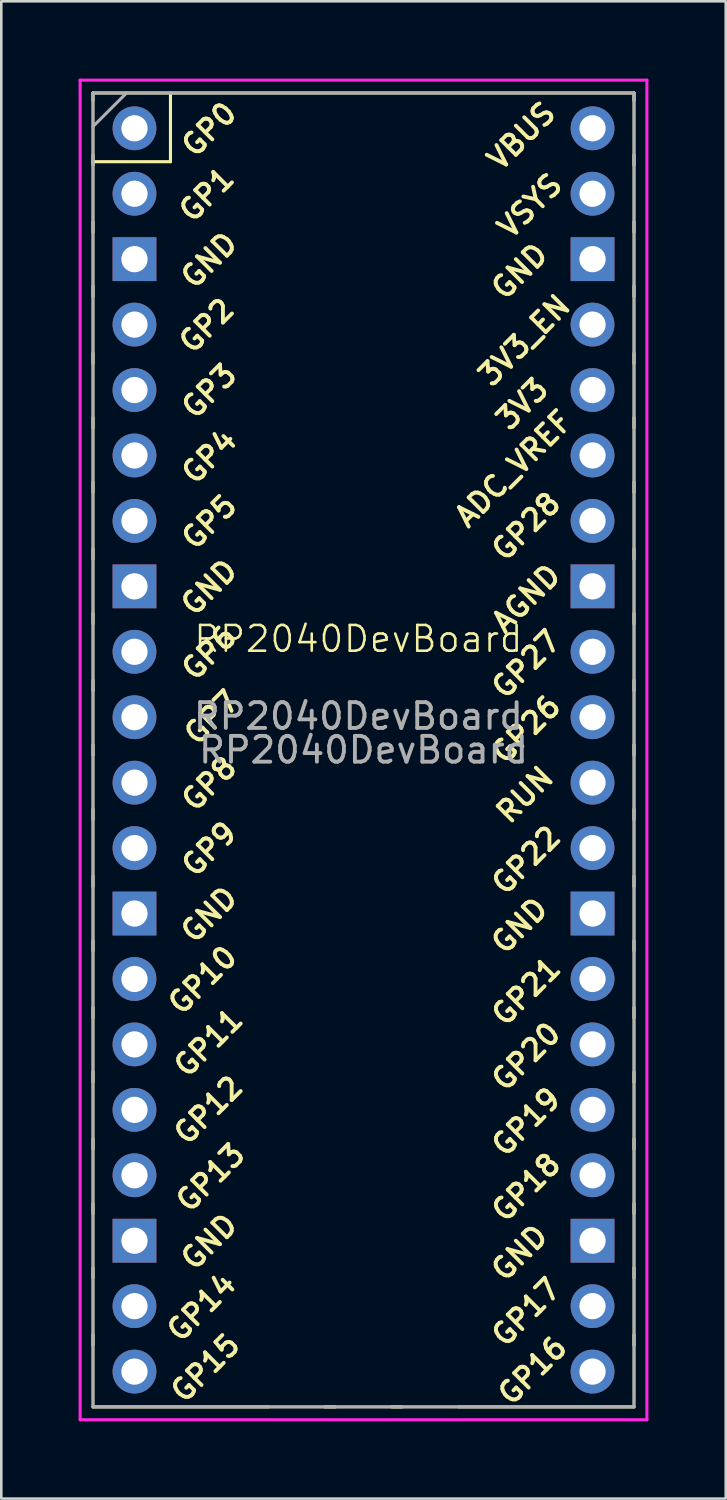
<source format=kicad_pcb>
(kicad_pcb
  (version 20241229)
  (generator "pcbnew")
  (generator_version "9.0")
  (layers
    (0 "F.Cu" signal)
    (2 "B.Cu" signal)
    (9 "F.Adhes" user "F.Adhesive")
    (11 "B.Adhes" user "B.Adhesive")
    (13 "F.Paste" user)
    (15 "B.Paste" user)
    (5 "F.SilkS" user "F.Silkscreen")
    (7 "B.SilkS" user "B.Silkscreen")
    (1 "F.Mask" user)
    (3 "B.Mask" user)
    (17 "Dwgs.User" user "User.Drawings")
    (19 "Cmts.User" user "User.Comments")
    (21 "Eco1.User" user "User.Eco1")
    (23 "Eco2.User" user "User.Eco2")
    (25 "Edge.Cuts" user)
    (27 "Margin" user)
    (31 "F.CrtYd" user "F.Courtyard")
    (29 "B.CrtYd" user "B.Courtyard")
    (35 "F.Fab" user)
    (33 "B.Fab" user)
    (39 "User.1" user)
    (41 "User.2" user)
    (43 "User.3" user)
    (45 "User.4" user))
  (footprint "RP2040DevBoard"
    (layer "F.Cu")
    (at 10.86 22.25)
    (property "Reference" "RP2040DevBoard" (at 0 -0.5 0) (unlocked yes) (layer "F.SilkS") (effects (font (size 1 1) (thickness 0.1))))
    (attr through_hole)
    (fp_line (start -10.3 -21.69) (end -10.3 -21.39) (stroke (width 0.12) (type solid)) (layer "F.SilkS"))
    (fp_line (start -10.3 -21.69) (end 10.7 -21.69) (stroke (width 0.12) (type solid)) (layer "F.SilkS"))
    (fp_line (start -10.3 -19.29) (end -10.3 -18.89) (stroke (width 0.12) (type solid)) (layer "F.SilkS"))
    (fp_line (start -10.3 -19.023) (end -7.293 -19.023) (stroke (width 0.12) (type solid)) (layer "F.SilkS"))
    (fp_line (start -10.3 -16.69) (end -10.3 -16.29) (stroke (width 0.12) (type solid)) (layer "F.SilkS"))
    (fp_line (start -10.3 -14.19) (end -10.3 -13.79) (stroke (width 0.12) (type solid)) (layer "F.SilkS"))
    (fp_line (start -10.3 -11.59) (end -10.3 -11.19) (stroke (width 0.12) (type solid)) (layer "F.SilkS"))
    (fp_line (start -10.3 -9.09) (end -10.3 -8.69) (stroke (width 0.12) (type solid)) (layer "F.SilkS"))
    (fp_line (start -10.3 -6.59) (end -10.3 -6.19) (stroke (width 0.12) (type solid)) (layer "F.SilkS"))
    (fp_line (start -10.3 -3.99) (end -10.3 -3.59) (stroke (width 0.12) (type solid)) (layer "F.SilkS"))
    (fp_line (start -10.3 -1.49) (end -10.3 -1.09) (stroke (width 0.12) (type solid)) (layer "F.SilkS"))
    (fp_line (start -10.3 1.11) (end -10.3 1.51) (stroke (width 0.12) (type solid)) (layer "F.SilkS"))
    (fp_line (start -10.3 3.61) (end -10.3 4.01) (stroke (width 0.12) (type solid)) (layer "F.SilkS"))
    (fp_line (start -10.3 6.11) (end -10.3 6.51) (stroke (width 0.12) (type solid)) (layer "F.SilkS"))
    (fp_line (start -10.3 8.71) (end -10.3 9.11) (stroke (width 0.12) (type solid)) (layer "F.SilkS"))
    (fp_line (start -10.3 11.21) (end -10.3 11.61) (stroke (width 0.12) (type solid)) (layer "F.SilkS"))
    (fp_line (start -10.3 13.81) (end -10.3 14.21) (stroke (width 0.12) (type solid)) (layer "F.SilkS"))
    (fp_line (start -10.3 16.31) (end -10.3 16.71) (stroke (width 0.12) (type solid)) (layer "F.SilkS"))
    (fp_line (start -10.3 18.91) (end -10.3 19.31) (stroke (width 0.12) (type solid)) (layer "F.SilkS"))
    (fp_line (start -10.3 21.41) (end -10.3 21.81) (stroke (width 0.12) (type solid)) (layer "F.SilkS"))
    (fp_line (start -10.3 23.91) (end -10.3 24.31) (stroke (width 0.12) (type solid)) (layer "F.SilkS"))
    (fp_line (start -10.3 26.51) (end -10.3 26.91) (stroke (width 0.12) (type solid)) (layer "F.SilkS"))
    (fp_line (start -10.3 29.31) (end -10.3 -21.69) (stroke (width 0.1) (type default)) (layer "F.SilkS"))
    (fp_line (start -7.293 -19.023) (end -7.293 -21.69) (stroke (width 0.12) (type solid)) (layer "F.SilkS"))
    (fp_line (start -3.5 29.31) (end -10.3 29.31) (stroke (width 0.12) (type solid)) (layer "F.SilkS"))
    (fp_line (start -3.5 29.31) (end 3.9 29.31) (stroke (width 0.1) (type default)) (layer "F.SilkS"))
    (fp_line (start -1.3 29.31) (end -0.9 29.31) (stroke (width 0.12) (type solid)) (layer "F.SilkS"))
    (fp_line (start 1.3 29.31) (end 1.7 29.31) (stroke (width 0.12) (type solid)) (layer "F.SilkS"))
    (fp_line (start 10.7 -21.69) (end 10.7 -21.39) (stroke (width 0.12) (type solid)) (layer "F.SilkS"))
    (fp_line (start 10.7 -19.29) (end 10.7 -18.89) (stroke (width 0.12) (type solid)) (layer "F.SilkS"))
    (fp_line (start 10.7 -16.69) (end 10.7 -16.29) (stroke (width 0.12) (type solid)) (layer "F.SilkS"))
    (fp_line (start 10.7 -14.19) (end 10.7 -13.79) (stroke (width 0.12) (type solid)) (layer "F.SilkS"))
    (fp_line (start 10.7 -11.59) (end 10.7 -11.19) (stroke (width 0.12) (type solid)) (layer "F.SilkS"))
    (fp_line (start 10.7 -9.09) (end 10.7 -8.69) (stroke (width 0.12) (type solid)) (layer "F.SilkS"))
    (fp_line (start 10.7 -6.59) (end 10.7 -6.19) (stroke (width 0.12) (type solid)) (layer "F.SilkS"))
    (fp_line (start 10.7 -3.99) (end 10.7 -3.59) (stroke (width 0.12) (type solid)) (layer "F.SilkS"))
    (fp_line (start 10.7 -1.49) (end 10.7 -1.09) (stroke (width 0.12) (type solid)) (layer "F.SilkS"))
    (fp_line (start 10.7 1.11) (end 10.7 1.51) (stroke (width 0.12) (type solid)) (layer "F.SilkS"))
    (fp_line (start 10.7 3.61) (end 10.7 4.01) (stroke (width 0.12) (type solid)) (layer "F.SilkS"))
    (fp_line (start 10.7 6.11) (end 10.7 6.51) (stroke (width 0.12) (type solid)) (layer "F.SilkS"))
    (fp_line (start 10.7 8.71) (end 10.7 9.11) (stroke (width 0.12) (type solid)) (layer "F.SilkS"))
    (fp_line (start 10.7 11.21) (end 10.7 11.61) (stroke (width 0.12) (type solid)) (layer "F.SilkS"))
    (fp_line (start 10.7 13.81) (end 10.7 14.21) (stroke (width 0.12) (type solid)) (layer "F.SilkS"))
    (fp_line (start 10.7 16.31) (end 10.7 16.71) (stroke (width 0.12) (type solid)) (layer "F.SilkS"))
    (fp_line (start 10.7 18.91) (end 10.7 19.31) (stroke (width 0.12) (type solid)) (layer "F.SilkS"))
    (fp_line (start 10.7 21.41) (end 10.7 21.81) (stroke (width 0.12) (type solid)) (layer "F.SilkS"))
    (fp_line (start 10.7 23.91) (end 10.7 24.31) (stroke (width 0.12) (type solid)) (layer "F.SilkS"))
    (fp_line (start 10.7 26.51) (end 10.7 26.91) (stroke (width 0.12) (type solid)) (layer "F.SilkS"))
    (fp_line (start 10.7 29.31) (end 3.9 29.31) (stroke (width 0.12) (type solid)) (layer "F.SilkS"))
    (fp_line (start 10.7 29.31) (end 10.7 -21.69) (stroke (width 0.1) (type default)) (layer "F.SilkS"))
    (fp_line (start -10.8 -22.19) (end 11.2 -22.19) (stroke (width 0.12) (type solid)) (layer "F.CrtYd"))
    (fp_line (start -10.8 29.81) (end -10.8 -22.19) (stroke (width 0.12) (type solid)) (layer "F.CrtYd"))
    (fp_line (start 11.2 -22.19) (end 11.2 29.81) (stroke (width 0.12) (type solid)) (layer "F.CrtYd"))
    (fp_line (start 11.2 29.81) (end -10.8 29.81) (stroke (width 0.12) (type solid)) (layer "F.CrtYd"))
    (fp_line (start -10.3 -21.69) (end 10.7 -21.69) (stroke (width 0.12) (type solid)) (layer "F.Fab"))
    (fp_line (start -10.3 -20.39) (end -9 -21.69) (stroke (width 0.12) (type solid)) (layer "F.Fab"))
    (fp_line (start -10.3 29.31) (end -10.3 -21.69) (stroke (width 0.12) (type solid)) (layer "F.Fab"))
    (fp_line (start 10.7 -21.69) (end 10.7 29.31) (stroke (width 0.12) (type solid)) (layer "F.Fab"))
    (fp_line (start 10.7 29.31) (end -10.3 29.31) (stroke (width 0.12) (type solid)) (layer "F.Fab"))
    (fp_text user "GND" (at -5.79 10.2 225) (layer "F.SilkS") (effects (font (size 0.8 0.8) (thickness 0.15))))
    (fp_text user "GP22" (at 6.514 8.09 225) (layer "F.SilkS") (effects (font (size 0.8 0.8) (thickness 0.15))))
    (fp_text user "GP5" (at -5.79 -5.04 225) (layer "F.SilkS") (effects (font (size 0.8 0.8) (thickness 0.15))))
    (fp_text user "GP15" (at -5.94 27.8 225) (layer "F.SilkS") (effects (font (size 0.8 0.8) (thickness 0.15))))
    (fp_text user "GP19" (at 6.514 18.25 225) (layer "F.SilkS") (effects (font (size 0.8 0.8) (thickness 0.15))))
    (fp_text user "3V3" (at 6.36 -9.62 225) (layer "F.SilkS") (effects (font (size 0.8 0.8) (thickness 0.15))))
    (fp_text user "GP1" (at -5.89 -17.75 225) (layer "F.SilkS") (effects (font (size 0.8 0.8) (thickness 0.15))))
    (fp_text user "GND" (at 6.26 23.33 225) (layer "F.SilkS") (effects (font (size 0.8 0.8) (thickness 0.15))))
    (fp_text user "GP18" (at 6.514 20.79 225) (layer "F.SilkS") (effects (font (size 0.8 0.8) (thickness 0.15))))
    (fp_text user "GP2" (at -5.89 -12.66 225) (layer "F.SilkS") (effects (font (size 0.8 0.8) (thickness 0.15))))
    (fp_text user "GP12" (at -5.82 17.79 225) (layer "F.SilkS") (effects (font (size 0.8 0.8) (thickness 0.15))))
    (fp_text user "GP17" (at 6.514 25.63 225) (layer "F.SilkS") (effects (font (size 0.8 0.8) (thickness 0.15))))
    (fp_text user "GP9" (at -5.79 7.66 225) (layer "F.SilkS") (effects (font (size 0.8 0.8) (thickness 0.15))))
    (fp_text user "GP8" (at -5.79 5.12 225) (layer "F.SilkS") (effects (font (size 0.8 0.8) (thickness 0.15))))
    (fp_text user "3V3_EN" (at 6.44 -12.09 225) (layer "F.SilkS") (effects (font (size 0.8 0.8) (thickness 0.15))))
    (fp_text user "GP27" (at 6.514 0.48 225) (layer "F.SilkS") (effects (font (size 0.8 0.8) (thickness 0.15))))
    (fp_text user "GP7" (at -5.69 2.55 225) (layer "F.SilkS") (effects (font (size 0.8 0.8) (thickness 0.15))))
    (fp_text user "GND" (at 6.26 10.63 225) (layer "F.SilkS") (effects (font (size 0.8 0.8) (thickness 0.15))))
    (fp_text user "GP10" (at -6.044 12.74 225) (layer "F.SilkS") (effects (font (size 0.8 0.8) (thickness 0.15))))
    (fp_text user "ADC_VREF" (at 6.02 -7.11 225) (layer "F.SilkS") (effects (font (size 0.8 0.8) (thickness 0.15))))
    (fp_text user "GP3" (at -5.79 -10.12 225) (layer "F.SilkS") (effects (font (size 0.8 0.8) (thickness 0.15))))
    (fp_text user "GP14" (at -6.09 25.44 225) (layer "F.SilkS") (effects (font (size 0.8 0.8) (thickness 0.15))))
    (fp_text user "VBUS" (at 6.33 -20.02 225) (layer "F.SilkS") (effects (font (size 0.8 0.8) (thickness 0.15))))
    (fp_text user "GP13" (at -5.74 20.41 225) (layer "F.SilkS") (effects (font (size 0.8 0.8) (thickness 0.15))))
    (fp_text user "GP20" (at 6.514 15.71 225) (layer "F.SilkS") (effects (font (size 0.8 0.8) (thickness 0.15))))
    (fp_text user "GP0" (at -5.79 -20.28 225) (layer "F.SilkS") (effects (font (size 0.8 0.8) (thickness 0.15))))
    (fp_text user "GP21" (at 6.514 13.18 225) (layer "F.SilkS") (effects (font (size 0.8 0.8) (thickness 0.15))))
    (fp_text user "GP6" (at -5.79 0.04 225) (layer "F.SilkS") (effects (font (size 0.8 0.8) (thickness 0.15))))
    (fp_text user "GP11" (at -5.82 15.17 225) (layer "F.SilkS") (effects (font (size 0.8 0.8) (thickness 0.15))))
    (fp_text user "GND" (at -5.79 -15.2 225) (layer "F.SilkS") (effects (font (size 0.8 0.8) (thickness 0.15))))
    (fp_text user "GND" (at -5.79 -2.5 225) (layer "F.SilkS") (effects (font (size 0.8 0.8) (thickness 0.15))))
    (fp_text user "GND" (at 6.26 -14.77 225) (layer "F.SilkS") (effects (font (size 0.8 0.8) (thickness 0.15))))
    (fp_text user "GND" (at -5.79 22.9 225) (layer "F.SilkS") (effects (font (size 0.8 0.8) (thickness 0.15))))
    (fp_text user "GP26" (at 6.514 3.01 225) (layer "F.SilkS") (effects (font (size 0.8 0.8) (thickness 0.15))))
    (fp_text user "VSYS" (at 6.66 -17.31 225) (layer "F.SilkS") (effects (font (size 0.8 0.8) (thickness 0.15))))
    (fp_text user "GP16" (at 6.76 27.9 225) (layer "F.SilkS") (effects (font (size 0.8 0.8) (thickness 0.15))))
    (fp_text user "GP4" (at -5.79 -7.58 225) (layer "F.SilkS") (effects (font (size 0.8 0.8) (thickness 0.15))))
    (fp_text user "AGND" (at 6.514 -2.07 225) (layer "F.SilkS") (effects (font (size 0.8 0.8) (thickness 0.15))))
    (fp_text user "RUN" (at 6.46 5.55 225) (layer "F.SilkS") (effects (font (size 0.8 0.8) (thickness 0.15))))
    (fp_text user "GP28" (at 6.514 -4.864 225) (layer "F.SilkS") (effects (font (size 0.8 0.8) (thickness 0.15))))
    (fp_text user "${REFERENCE}" (at 0.2 3.81 180) (layer "F.Fab") (effects (font (size 1 1) (thickness 0.15))))
    (fp_text user "${REFERENCE}" (at 0 2.5 0) (unlocked yes) (layer "F.Fab") (effects (font (size 1 1) (thickness 0.15))))
    (pad "1" thru_hole oval (at -8.69 -20.32) (size 1.7 1.7) (drill 1.02) (layers "*.Cu" "*.Mask"))
    (pad "2" thru_hole oval (at -8.69 -17.78) (size 1.7 1.7) (drill 1.02) (layers "*.Cu" "*.Mask"))
    (pad "3" thru_hole rect (at -8.69 -15.24) (size 1.7 1.7) (drill 1.02) (layers "*.Cu" "*.Mask"))
    (pad "4" thru_hole oval (at -8.69 -12.7) (size 1.7 1.7) (drill 1.02) (layers "*.Cu" "*.Mask"))
    (pad "5" thru_hole oval (at -8.69 -10.16) (size 1.7 1.7) (drill 1.02) (layers "*.Cu" "*.Mask"))
    (pad "6" thru_hole oval (at -8.69 -7.62) (size 1.7 1.7) (drill 1.02) (layers "*.Cu" "*.Mask"))
    (pad "7" thru_hole oval (at -8.69 -5.08) (size 1.7 1.7) (drill 1.02) (layers "*.Cu" "*.Mask"))
    (pad "8" thru_hole rect (at -8.69 -2.54) (size 1.7 1.7) (drill 1.02) (layers "*.Cu" "*.Mask"))
    (pad "9" thru_hole oval (at -8.69 0) (size 1.7 1.7) (drill 1.02) (layers "*.Cu" "*.Mask"))
    (pad "10" thru_hole oval (at -8.69 2.54) (size 1.7 1.7) (drill 1.02) (layers "*.Cu" "*.Mask"))
    (pad "11" thru_hole oval (at -8.69 5.08) (size 1.7 1.7) (drill 1.02) (layers "*.Cu" "*.Mask"))
    (pad "12" thru_hole oval (at -8.69 7.62) (size 1.7 1.7) (drill 1.02) (layers "*.Cu" "*.Mask"))
    (pad "13" thru_hole rect (at -8.69 10.16) (size 1.7 1.7) (drill 1.02) (layers "*.Cu" "*.Mask"))
    (pad "14" thru_hole oval (at -8.69 12.7) (size 1.7 1.7) (drill 1.02) (layers "*.Cu" "*.Mask"))
    (pad "15" thru_hole oval (at -8.69 15.24) (size 1.7 1.7) (drill 1.02) (layers "*.Cu" "*.Mask"))
    (pad "16" thru_hole oval (at -8.69 17.78) (size 1.7 1.7) (drill 1.02) (layers "*.Cu" "*.Mask"))
    (pad "17" thru_hole oval (at -8.69 20.32) (size 1.7 1.7) (drill 1.02) (layers "*.Cu" "*.Mask"))
    (pad "18" thru_hole rect (at -8.69 22.86) (size 1.7 1.7) (drill 1.02) (layers "*.Cu" "*.Mask"))
    (pad "19" thru_hole oval (at -8.69 25.4) (size 1.7 1.7) (drill 1.02) (layers "*.Cu" "*.Mask"))
    (pad "20" thru_hole oval (at -8.69 27.94) (size 1.7 1.7) (drill 1.02) (layers "*.Cu" "*.Mask"))
    (pad "21" thru_hole oval (at 9.09 27.94) (size 1.7 1.7) (drill 1.02) (layers "*.Cu" "*.Mask"))
    (pad "22" thru_hole oval (at 9.09 25.4) (size 1.7 1.7) (drill 1.02) (layers "*.Cu" "*.Mask"))
    (pad "23" thru_hole rect (at 9.09 22.86) (size 1.7 1.7) (drill 1.02) (layers "*.Cu" "*.Mask"))
    (pad "24" thru_hole oval (at 9.09 20.32) (size 1.7 1.7) (drill 1.02) (layers "*.Cu" "*.Mask"))
    (pad "25" thru_hole oval (at 9.09 17.78) (size 1.7 1.7) (drill 1.02) (layers "*.Cu" "*.Mask"))
    (pad "26" thru_hole oval (at 9.09 15.24) (size 1.7 1.7) (drill 1.02) (layers "*.Cu" "*.Mask"))
    (pad "27" thru_hole oval (at 9.09 12.7) (size 1.7 1.7) (drill 1.02) (layers "*.Cu" "*.Mask"))
    (pad "28" thru_hole rect (at 9.09 10.16) (size 1.7 1.7) (drill 1.02) (layers "*.Cu" "*.Mask"))
    (pad "29" thru_hole oval (at 9.09 7.62) (size 1.7 1.7) (drill 1.02) (layers "*.Cu" "*.Mask"))
    (pad "30" thru_hole oval (at 9.09 5.08) (size 1.7 1.7) (drill 1.02) (layers "*.Cu" "*.Mask"))
    (pad "31" thru_hole oval (at 9.09 2.54) (size 1.7 1.7) (drill 1.02) (layers "*.Cu" "*.Mask"))
    (pad "32" thru_hole oval (at 9.09 0) (size 1.7 1.7) (drill 1.02) (layers "*.Cu" "*.Mask"))
    (pad "33" thru_hole rect (at 9.09 -2.54) (size 1.7 1.7) (drill 1.02) (layers "*.Cu" "*.Mask"))
    (pad "34" thru_hole oval (at 9.09 -5.08) (size 1.7 1.7) (drill 1.02) (layers "*.Cu" "*.Mask"))
    (pad "35" thru_hole oval (at 9.09 -7.62) (size 1.7 1.7) (drill 1.02) (layers "*.Cu" "*.Mask"))
    (pad "36" thru_hole oval (at 9.09 -10.16) (size 1.7 1.7) (drill 1.02) (layers "*.Cu" "*.Mask"))
    (pad "37" thru_hole oval (at 9.09 -12.7) (size 1.7 1.7) (drill 1.02) (layers "*.Cu" "*.Mask"))
    (pad "38" thru_hole rect (at 9.09 -15.24) (size 1.7 1.7) (drill 1.02) (layers "*.Cu" "*.Mask"))
    (pad "39" thru_hole oval (at 9.09 -17.78) (size 1.7 1.7) (drill 1.02) (layers "*.Cu" "*.Mask"))
    (pad "40" thru_hole oval (at 9.09 -20.32) (size 1.7 1.7) (drill 1.02) (layers "*.Cu" "*.Mask")))
  (gr_rect
    (start -3 -3)
    (end 25.12 55.12)
    (stroke (width 0.1) (type default))
    (fill no)
    (layer "Edge.Cuts")))
</source>
